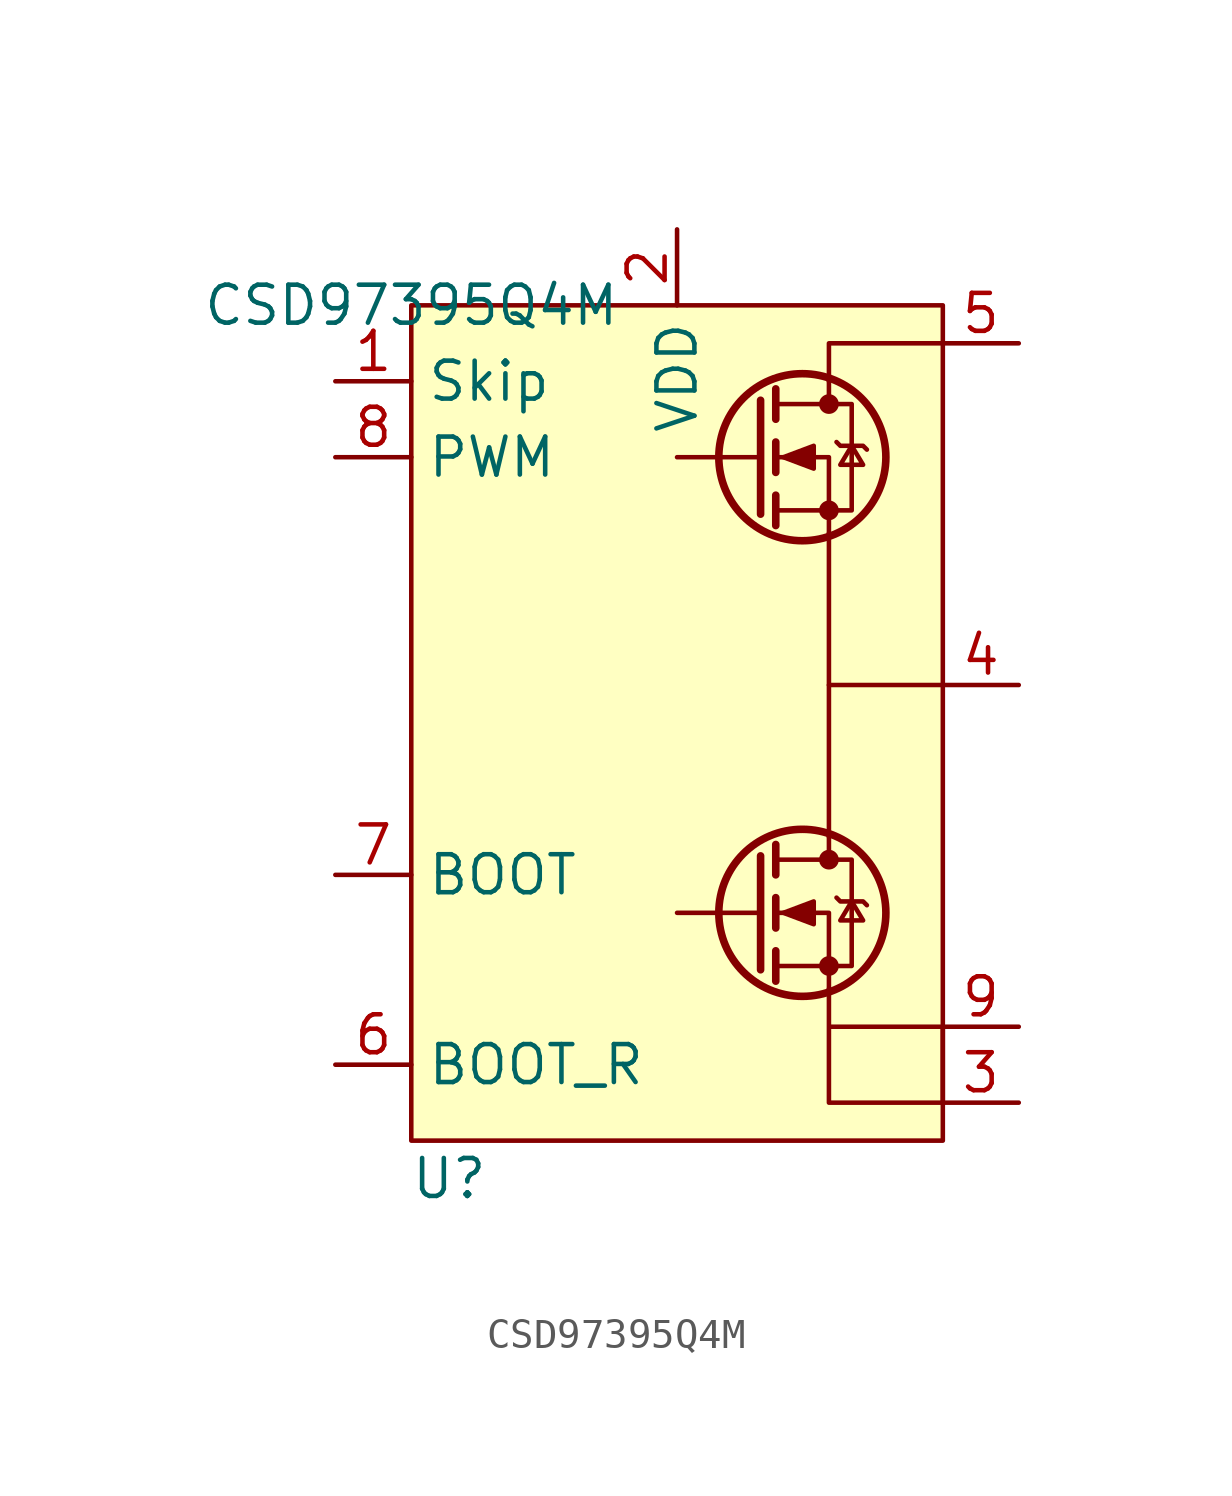
<source format=kicad_sym>
(kicad_symbol_lib
  (version 20220914)
  (generator kicad_symbol_editor)
  (symbol "CSD97395Q4M"
    (property "Reference" "U"
      (at 1.27 -29.21 0)
      (effects (font (size 1.27 1.27))))
    (property "Value" "CSD97395Q4M"
      (at 0 0 0)
      (effects (font (size 1.27 1.27))))
    (symbol "CSD97395Q4M_0_1"
      (polyline (pts (xy 11.684 -20.32) (xy 8.89 -20.32)) (stroke (width 0) (type default)) (fill (type none)))
      (polyline (pts (xy 11.684 -18.415) (xy 11.684 -22.225)) (stroke (width 0.254) (type default)) (fill (type none)))
      (polyline (pts (xy 11.684 -5.08) (xy 8.89 -5.08)) (stroke (width 0) (type default)) (fill (type none)))
      (polyline (pts (xy 11.684 -3.175) (xy 11.684 -6.985)) (stroke (width 0.254) (type default)) (fill (type none)))
      (polyline (pts (xy 12.192 -21.59) (xy 12.192 -22.606)) (stroke (width 0.254) (type default)) (fill (type none)))
      (polyline (pts (xy 12.192 -19.812) (xy 12.192 -20.828)) (stroke (width 0.254) (type default)) (fill (type none)))
      (polyline (pts (xy 12.192 -18.034) (xy 12.192 -19.05)) (stroke (width 0.254) (type default)) (fill (type none)))
      (polyline (pts (xy 12.192 -6.35) (xy 12.192 -7.366)) (stroke (width 0.254) (type default)) (fill (type none)))
      (polyline (pts (xy 12.192 -4.572) (xy 12.192 -5.588)) (stroke (width 0.254) (type default)) (fill (type none)))
      (polyline (pts (xy 12.192 -2.794) (xy 12.192 -3.81)) (stroke (width 0.254) (type default)) (fill (type none)))
      (polyline (pts (xy 13.97 -17.78) (xy 13.97 -18.542)) (stroke (width 0) (type default)) (fill (type none)))
      (polyline (pts (xy 13.97 -17.78) (xy 13.97 -7.62)) (stroke (width 0) (type default)) (fill (type none)))
      (polyline (pts (xy 13.97 -2.54) (xy 13.97 -3.302)) (stroke (width 0) (type default)) (fill (type none)))
      (polyline (pts (xy 17.78 -12.7) (xy 13.97 -12.7)) (stroke (width 0) (type default)) (fill (type none)))
      (polyline (pts (xy 13.97 -22.86) (xy 13.97 -20.32) (xy 12.192 -20.32)) (stroke (width 0) (type default)) (fill (type none)))
      (polyline (pts (xy 13.97 -7.62) (xy 13.97 -5.08) (xy 12.192 -5.08)) (stroke (width 0) (type default)) (fill (type none)))
      (polyline (pts (xy 17.78 -1.27) (xy 13.97 -1.27) (xy 13.97 -2.54)) (stroke (width 0) (type default)) (fill (type none)))
      (polyline (pts (xy 12.192 -22.098) (xy 14.732 -22.098) (xy 14.732 -18.542) (xy 12.192 -18.542)) (stroke (width 0) (type default)) (fill (type none)))
      (polyline (pts (xy 12.192 -6.858) (xy 14.732 -6.858) (xy 14.732 -3.302) (xy 12.192 -3.302)) (stroke (width 0) (type default)) (fill (type none)))
      (polyline (pts (xy 12.446 -20.32) (xy 13.462 -19.939) (xy 13.462 -20.701) (xy 12.446 -20.32)) (stroke (width 0) (type default)) (fill (type outline)))
      (polyline (pts (xy 12.446 -5.08) (xy 13.462 -4.699) (xy 13.462 -5.461) (xy 12.446 -5.08)) (stroke (width 0) (type default)) (fill (type outline)))
      (polyline (pts (xy 14.224 -19.812) (xy 14.351 -19.939) (xy 15.113 -19.939) (xy 15.24 -20.066)) (stroke (width 0) (type default)) (fill (type none)))
      (polyline (pts (xy 14.224 -4.572) (xy 14.351 -4.699) (xy 15.113 -4.699) (xy 15.24 -4.826)) (stroke (width 0) (type default)) (fill (type none)))
      (polyline (pts (xy 14.732 -19.939) (xy 14.351 -20.574) (xy 15.113 -20.574) (xy 14.732 -19.939)) (stroke (width 0) (type default)) (fill (type none)))
      (polyline (pts (xy 14.732 -4.699) (xy 14.351 -5.334) (xy 15.113 -5.334) (xy 14.732 -4.699)) (stroke (width 0) (type default)) (fill (type none)))
      (polyline (pts (xy 13.97 -22.86) (xy 13.97 -24.13) (xy 17.78 -24.13) (xy 17.78 -26.67) (xy 13.97 -26.67) (xy 13.97 -24.13)) (stroke (width 0) (type default)) (fill (type none)))
      (circle (center 13.081 -20.32) (radius 2.794) (stroke (width 0.254) (type default)) (fill (type none)))
      (circle (center 13.081 -5.08) (radius 2.794) (stroke (width 0.254) (type default)) (fill (type none)))
      (circle (center 13.97 -22.098) (radius 0.254) (stroke (width 0) (type default)) (fill (type outline)))
      (circle (center 13.97 -18.542) (radius 0.254) (stroke (width 0) (type default)) (fill (type outline)))
      (circle (center 13.97 -6.858) (radius 0.254) (stroke (width 0) (type default)) (fill (type outline)))
      (circle (center 13.97 -3.302) (radius 0.254) (stroke (width 0) (type default)) (fill (type outline))))
    (symbol "CSD97395Q4M_1_1"
      (rectangle (start 0 0) (end 17.78 -27.94) (stroke (width 0) (type default)) (fill (type background)))
      (pin input line (at -2.54 -2.54 0) (length 2.54) (name "Skip" (effects (font (size 1.27 1.27)))) (number "1" (effects (font (size 1.27 1.27)))))
      (pin input line (at 8.89 2.54 270) (length 2.54) (name "VDD" (effects (font (size 1.27 1.27)))) (number "2" (effects (font (size 1.27 1.27)))))
      (pin input line (at 20.32 -26.67 180) (length 2.54) (name "" (effects (font (size 1.27 1.27)))) (number "3" (effects (font (size 1.27 1.27)))))
      (pin input line (at 20.32 -12.7 180) (length 2.54) (name "" (effects (font (size 1.27 1.27)))) (number "4" (effects (font (size 1.27 1.27)))))
      (pin input line (at 20.32 -1.27 180) (length 2.54) (name "" (effects (font (size 1.27 1.27)))) (number "5" (effects (font (size 1.27 1.27)))))
      (pin input line (at -2.54 -25.4 0) (length 2.54) (name "BOOT_R" (effects (font (size 1.27 1.27)))) (number "6" (effects (font (size 1.27 1.27)))))
      (pin input line (at -2.54 -19.05 0) (length 2.54) (name "BOOT" (effects (font (size 1.27 1.27)))) (number "7" (effects (font (size 1.27 1.27)))))
      (pin input line (at -2.54 -5.08 0) (length 2.54) (name "PWM" (effects (font (size 1.27 1.27)))) (number "8" (effects (font (size 1.27 1.27)))))
      (pin input line (at 20.32 -24.13 180) (length 2.54) (name "" (effects (font (size 1.27 1.27)))) (number "9" (effects (font (size 1.27 1.27))))))))
</source>
